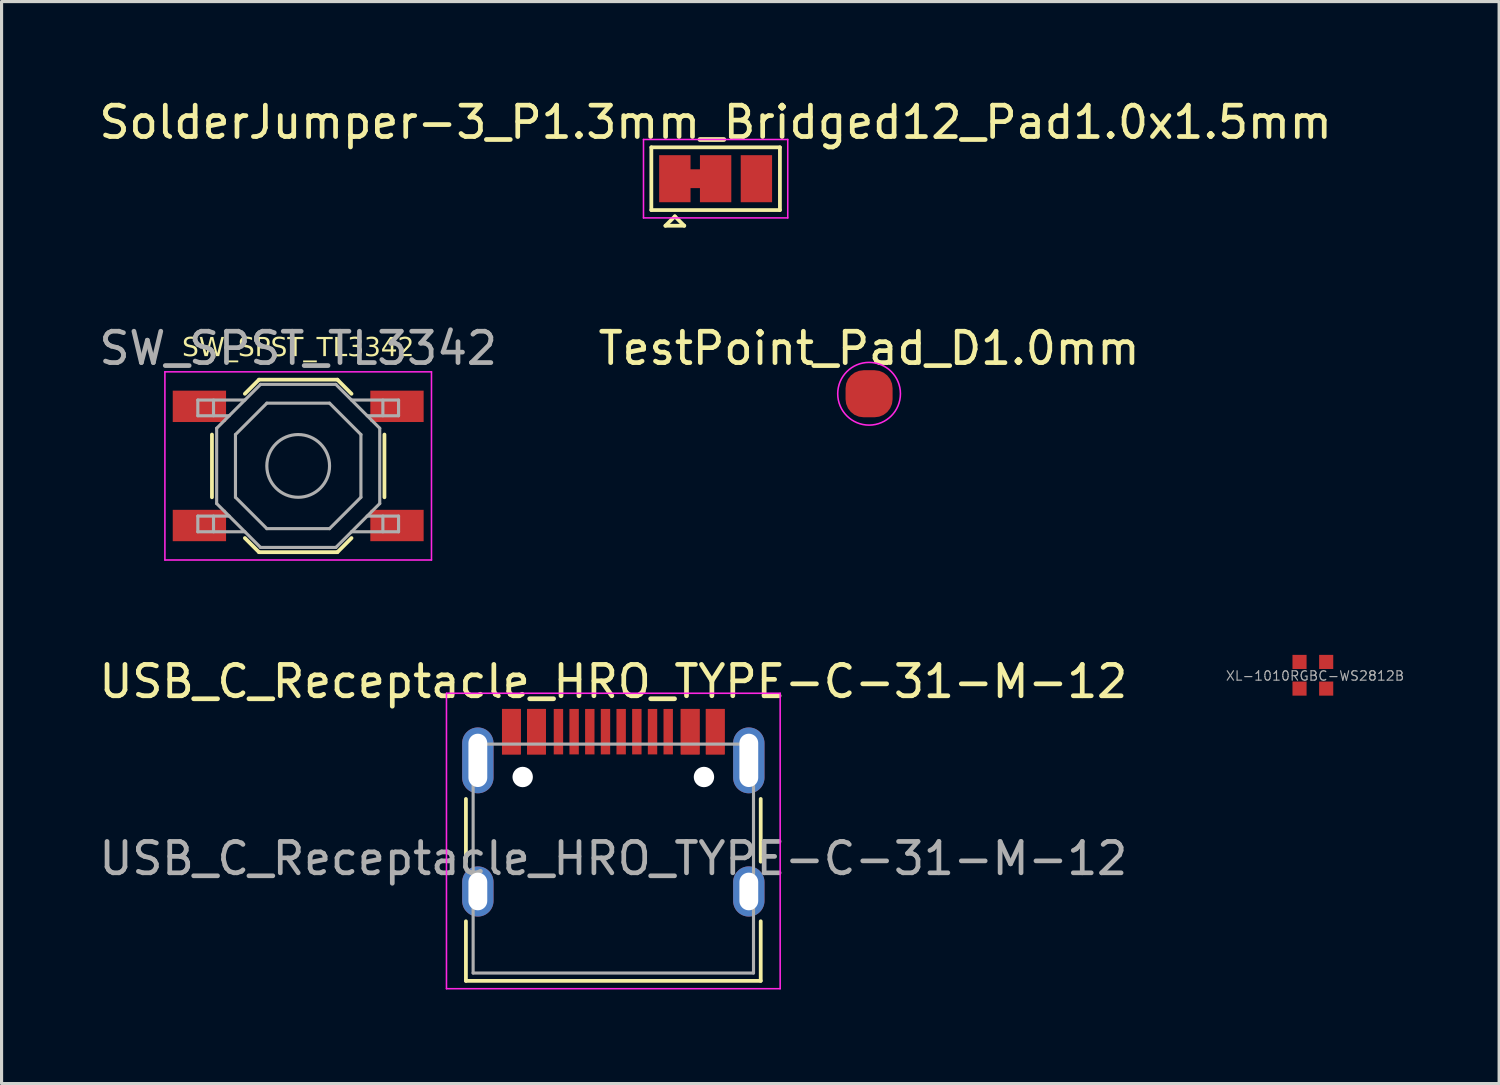
<source format=kicad_pcb>
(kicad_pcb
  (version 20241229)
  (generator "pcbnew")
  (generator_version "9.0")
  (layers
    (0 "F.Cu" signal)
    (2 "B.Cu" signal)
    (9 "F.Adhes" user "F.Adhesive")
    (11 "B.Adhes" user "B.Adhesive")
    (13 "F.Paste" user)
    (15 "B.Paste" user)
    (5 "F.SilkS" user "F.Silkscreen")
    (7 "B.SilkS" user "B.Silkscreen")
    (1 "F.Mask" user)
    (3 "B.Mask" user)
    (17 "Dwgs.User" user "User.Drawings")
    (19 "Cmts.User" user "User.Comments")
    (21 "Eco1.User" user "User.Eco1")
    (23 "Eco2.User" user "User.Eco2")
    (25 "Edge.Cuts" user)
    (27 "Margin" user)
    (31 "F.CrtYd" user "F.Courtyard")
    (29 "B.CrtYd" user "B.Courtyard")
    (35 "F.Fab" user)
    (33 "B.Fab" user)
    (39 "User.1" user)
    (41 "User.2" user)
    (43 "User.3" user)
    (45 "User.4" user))
  (footprint "XL-1010RGBC-WS2812B"
    (layer "F.Cu")
    (at 38.811 18.481)
    (property "Reference" "XL-1010RGBC-WS2812B" (at 0.07 0.02 0) (unlocked yes) (layer "F.Fab") (effects (font (size 0.3 0.3) (thickness 0.037))))
    (attr smd)
    (pad "1" smd rect (at -0.425 -0.425) (size 0.45 0.45) (layers "F.Cu" "F.Mask" "F.Paste"))
    (pad "2" smd rect (at 0.425 -0.425) (size 0.45 0.45) (layers "F.Cu" "F.Mask" "F.Paste"))
    (pad "3" smd rect (at -0.425 0.425) (size 0.45 0.45) (layers "F.Cu" "F.Mask" "F.Paste"))
    (pad "4" smd rect (at 0.425 0.425) (size 0.45 0.45) (layers "F.Cu" "F.Mask" "F.Paste")))
  (footprint "USB_C_Receptacle_HRO_TYPE-C-31-M-12"
    (layer "F.Cu")
    (at 16.506 24.325)
    (property "Reference" "USB_C_Receptacle_HRO_TYPE-C-31-M-12" (at 0 -5.645 180) (layer "F.SilkS") (effects (font (size 1 1) (thickness 0.15))))
    (attr smd)
    (fp_line (start -4.7 -1.9) (end -4.7 0.1) (stroke (width 0.12) (type solid)) (layer "F.SilkS"))
    (fp_line (start -4.7 2) (end -4.7 3.9) (stroke (width 0.12) (type solid)) (layer "F.SilkS"))
    (fp_line (start -4.7 3.9) (end 4.7 3.9) (stroke (width 0.12) (type solid)) (layer "F.SilkS"))
    (fp_line (start 4.7 2) (end 4.7 3.9) (stroke (width 0.12) (type solid)) (layer "F.SilkS"))
    (fp_line (start 4.7 -1.9) (end 4.7 0.1) (stroke (width 0.12) (type solid)) (layer "F.SilkS"))
    (fp_line (start -5.32 -5.27) (end -5.32 4.15) (stroke (width 0.05) (type solid)) (layer "F.CrtYd"))
    (fp_line (start -5.32 -5.27) (end 5.32 -5.27) (stroke (width 0.05) (type solid)) (layer "F.CrtYd"))
    (fp_line (start -5.32 4.15) (end 5.32 4.15) (stroke (width 0.05) (type solid)) (layer "F.CrtYd"))
    (fp_line (start 5.32 -5.27) (end 5.32 4.15) (stroke (width 0.05) (type solid)) (layer "F.CrtYd"))
    (fp_line (start -4.47 -3.65) (end -4.47 3.65) (stroke (width 0.1) (type solid)) (layer "F.Fab"))
    (fp_line (start -4.47 -3.65) (end 4.47 -3.65) (stroke (width 0.1) (type solid)) (layer "F.Fab"))
    (fp_line (start -4.47 3.65) (end 4.47 3.65) (stroke (width 0.1) (type solid)) (layer "F.Fab"))
    (fp_line (start 4.47 -3.65) (end 4.47 3.65) (stroke (width 0.1) (type solid)) (layer "F.Fab"))
    (fp_text user "${REFERENCE}" (at 0 0 180) (layer "F.Fab") (effects (font (size 1 1) (thickness 0.15))))
    (pad "" np_thru_hole circle (at -2.89 -2.6) (size 0.65 0.65) (drill 0.65) (layers "*.Cu" "*.Mask"))
    (pad "" np_thru_hole circle (at 2.89 -2.6) (size 0.65 0.65) (drill 0.65) (layers "*.Cu" "*.Mask"))
    (pad "A1" smd rect (at -3.25 -4.045) (size 0.6 1.45) (layers "F.Cu" "F.Mask" "F.Paste"))
    (pad "A4" smd rect (at -2.45 -4.045) (size 0.6 1.45) (layers "F.Cu" "F.Mask" "F.Paste"))
    (pad "A5" smd rect (at -1.25 -4.045) (size 0.3 1.45) (layers "F.Cu" "F.Mask" "F.Paste"))
    (pad "A6" smd rect (at -0.25 -4.045) (size 0.3 1.45) (layers "F.Cu" "F.Mask" "F.Paste"))
    (pad "A7" smd rect (at 0.25 -4.045) (size 0.3 1.45) (layers "F.Cu" "F.Mask" "F.Paste"))
    (pad "A8" smd rect (at 1.25 -4.045) (size 0.3 1.45) (layers "F.Cu" "F.Mask" "F.Paste"))
    (pad "A9" smd rect (at 2.45 -4.045) (size 0.6 1.45) (layers "F.Cu" "F.Mask" "F.Paste"))
    (pad "A12" smd rect (at 3.25 -4.045) (size 0.6 1.45) (layers "F.Cu" "F.Mask" "F.Paste"))
    (pad "B1" smd rect (at 3.25 -4.045) (size 0.6 1.45) (layers "F.Cu" "F.Mask" "F.Paste"))
    (pad "B4" smd rect (at 2.45 -4.045) (size 0.6 1.45) (layers "F.Cu" "F.Mask" "F.Paste"))
    (pad "B5" smd rect (at 1.75 -4.045) (size 0.3 1.45) (layers "F.Cu" "F.Mask" "F.Paste"))
    (pad "B6" smd rect (at 0.75 -4.045) (size 0.3 1.45) (layers "F.Cu" "F.Mask" "F.Paste"))
    (pad "B7" smd rect (at -0.75 -4.045) (size 0.3 1.45) (layers "F.Cu" "F.Mask" "F.Paste"))
    (pad "B8" smd rect (at -1.75 -4.045) (size 0.3 1.45) (layers "F.Cu" "F.Mask" "F.Paste"))
    (pad "B9" smd rect (at -2.45 -4.045) (size 0.6 1.45) (layers "F.Cu" "F.Mask" "F.Paste"))
    (pad "B12" smd rect (at -3.25 -4.045) (size 0.6 1.45) (layers "F.Cu" "F.Mask" "F.Paste"))
    (pad "S1" thru_hole oval (at -4.32 -3.13) (size 1 2.1) (drill oval 0.6 1.7) (layers "*.Cu" "*.Mask"))
    (pad "S1" thru_hole oval (at -4.32 1.05) (size 1 1.6) (drill oval 0.6 1.2) (layers "*.Cu" "*.Mask"))
    (pad "S1" thru_hole oval (at 4.32 -3.13) (size 1 2.1) (drill oval 0.6 1.7) (layers "*.Cu" "*.Mask"))
    (pad "S1" thru_hole oval (at 4.32 1.05) (size 1 1.6) (drill oval 0.6 1.2) (layers "*.Cu" "*.Mask")))
  (footprint "SolderJumper-3_P1.3mm_Bridged12_Pad1.0x1.5mm"
    (layer "F.Cu")
    (at 19.768 2.648)
    (property "Reference" "SolderJumper-3_P1.3mm_Bridged12_Pad1.0x1.5mm" (at 0 -1.8 180) (layer "F.SilkS") (effects (font (size 1 1) (thickness 0.15))))
    (attr exclude_from_pos_files exclude_from_bom)
    (fp_poly (pts (xy -0.9 -0.3) (xy -0.4 -0.3) (xy -0.4 0.3) (xy -0.9 0.3)) (stroke (width 0) (type solid)) (fill yes) (layer "F.Cu"))
    (fp_line (start -2.05 -1) (end 2.05 -1) (stroke (width 0.12) (type solid)) (layer "F.SilkS"))
    (fp_line (start -2.05 1) (end -2.05 -1) (stroke (width 0.12) (type solid)) (layer "F.SilkS"))
    (fp_line (start -1.6 1.5) (end -1 1.5) (stroke (width 0.12) (type solid)) (layer "F.SilkS"))
    (fp_line (start -1.3 1.2) (end -1.6 1.5) (stroke (width 0.12) (type solid)) (layer "F.SilkS"))
    (fp_line (start -1.3 1.2) (end -1 1.5) (stroke (width 0.12) (type solid)) (layer "F.SilkS"))
    (fp_line (start 2.05 -1) (end 2.05 1) (stroke (width 0.12) (type solid)) (layer "F.SilkS"))
    (fp_line (start 2.05 1) (end -2.05 1) (stroke (width 0.12) (type solid)) (layer "F.SilkS"))
    (fp_line (start -2.3 -1.25) (end -2.3 1.25) (stroke (width 0.05) (type solid)) (layer "F.CrtYd"))
    (fp_line (start -2.3 -1.25) (end 2.3 -1.25) (stroke (width 0.05) (type solid)) (layer "F.CrtYd"))
    (fp_line (start 2.3 1.25) (end -2.3 1.25) (stroke (width 0.05) (type solid)) (layer "F.CrtYd"))
    (fp_line (start 2.3 1.25) (end 2.3 -1.25) (stroke (width 0.05) (type solid)) (layer "F.CrtYd"))
    (pad "1" smd rect (at -1.3 0 180) (size 1 1.5) (layers "F.Cu" "F.Mask"))
    (pad "2" smd rect (at 0 0 180) (size 1 1.5) (layers "F.Cu" "F.Mask"))
    (pad "3" smd rect (at 1.3 0 180) (size 1 1.5) (layers "F.Cu" "F.Mask")))
  (footprint "TestPoint_Pad_D1.0mm"
    (layer "F.Cu")
    (at 24.661 9.505)
    (property "Reference" "TestPoint_Pad_D1.0mm" (at 0 -1.448 180) (layer "F.SilkS") (effects (font (size 1 1) (thickness 0.15))))
    (fp_circle (center 0 0) (end 1 0) (stroke (width 0.05) (type solid)) (fill no) (layer "F.CrtYd"))
    (pad "1" smd roundrect (at 0 0) (size 1.5 1.5) (layers "F.Cu" "F.Mask") (roundrect_rratio 0.383)))
  (footprint "SW_SPST_TL3342"
    (layer "F.Cu")
    (at 6.458 11.806)
    (property "Reference" "SW_SPST_TL3342" (at 0.000001 -3.75 180) (layer "F.SilkS") (effects (font (face "Eurostile Next LT Com Light Ext") (size 0.6 0.6) (thickness 0.15))))
    (attr smd)
    (fp_line (start -2.75 -1) (end -2.75 1) (stroke (width 0.12) (type solid)) (layer "F.SilkS"))
    (fp_line (start -1.7 -2.3) (end -1.25 -2.75) (stroke (width 0.12) (type solid)) (layer "F.SilkS"))
    (fp_line (start -1.7 2.3) (end -1.25 2.75) (stroke (width 0.12) (type solid)) (layer "F.SilkS"))
    (fp_line (start -1.25 -2.75) (end 1.25 -2.75) (stroke (width 0.12) (type solid)) (layer "F.SilkS"))
    (fp_line (start -1.25 2.75) (end 1.25 2.75) (stroke (width 0.12) (type solid)) (layer "F.SilkS"))
    (fp_line (start 1.7 -2.3) (end 1.25 -2.75) (stroke (width 0.12) (type solid)) (layer "F.SilkS"))
    (fp_line (start 1.7 2.3) (end 1.25 2.75) (stroke (width 0.12) (type solid)) (layer "F.SilkS"))
    (fp_line (start 2.75 -1) (end 2.75 1) (stroke (width 0.12) (type solid)) (layer "F.SilkS"))
    (fp_line (start -4.25 -3) (end 4.25 -3) (stroke (width 0.05) (type solid)) (layer "F.CrtYd"))
    (fp_line (start -4.25 3) (end -4.25 -3) (stroke (width 0.05) (type solid)) (layer "F.CrtYd"))
    (fp_line (start 4.25 -3) (end 4.25 3) (stroke (width 0.05) (type solid)) (layer "F.CrtYd"))
    (fp_line (start 4.25 3) (end -4.25 3) (stroke (width 0.05) (type solid)) (layer "F.CrtYd"))
    (fp_line (start -3.2 -2.1) (end -3.2 -1.6) (stroke (width 0.1) (type solid)) (layer "F.Fab"))
    (fp_line (start -3.2 -1.6) (end -2.2 -1.6) (stroke (width 0.1) (type solid)) (layer "F.Fab"))
    (fp_line (start -3.2 1.6) (end -2.2 1.6) (stroke (width 0.1) (type solid)) (layer "F.Fab"))
    (fp_line (start -3.2 2.1) (end -3.2 1.6) (stroke (width 0.1) (type solid)) (layer "F.Fab"))
    (fp_line (start -2.7 -2.1) (end -2.7 -1.6) (stroke (width 0.1) (type solid)) (layer "F.Fab"))
    (fp_line (start -2.7 2.1) (end -2.7 1.6) (stroke (width 0.1) (type solid)) (layer "F.Fab"))
    (fp_line (start -2.6 -1.2) (end -2.6 1.2) (stroke (width 0.1) (type solid)) (layer "F.Fab"))
    (fp_line (start -2.6 1.2) (end -1.2 2.6) (stroke (width 0.1) (type solid)) (layer "F.Fab"))
    (fp_line (start -2 -1) (end -1 -2) (stroke (width 0.1) (type solid)) (layer "F.Fab"))
    (fp_line (start -2 1) (end -2 -1) (stroke (width 0.1) (type solid)) (layer "F.Fab"))
    (fp_line (start -1.7 -2.1) (end -3.2 -2.1) (stroke (width 0.1) (type solid)) (layer "F.Fab"))
    (fp_line (start -1.7 2.1) (end -3.2 2.1) (stroke (width 0.1) (type solid)) (layer "F.Fab"))
    (fp_line (start -1.2 -2.6) (end -2.6 -1.2) (stroke (width 0.1) (type solid)) (layer "F.Fab"))
    (fp_line (start -1.2 2.6) (end 1.2 2.6) (stroke (width 0.1) (type solid)) (layer "F.Fab"))
    (fp_line (start -1 -2) (end 1 -2) (stroke (width 0.1) (type solid)) (layer "F.Fab"))
    (fp_line (start -1 2) (end -2 1) (stroke (width 0.1) (type solid)) (layer "F.Fab"))
    (fp_line (start 1 -2) (end 2 -1) (stroke (width 0.1) (type solid)) (layer "F.Fab"))
    (fp_line (start 1 2) (end -1 2) (stroke (width 0.1) (type solid)) (layer "F.Fab"))
    (fp_line (start 1.2 -2.6) (end -1.2 -2.6) (stroke (width 0.1) (type solid)) (layer "F.Fab"))
    (fp_line (start 1.2 2.6) (end 2.6 1.2) (stroke (width 0.1) (type solid)) (layer "F.Fab"))
    (fp_line (start 1.7 -2.1) (end 3.2 -2.1) (stroke (width 0.1) (type solid)) (layer "F.Fab"))
    (fp_line (start 1.7 2.1) (end 3.2 2.1) (stroke (width 0.1) (type solid)) (layer "F.Fab"))
    (fp_line (start 2 -1) (end 2 1) (stroke (width 0.1) (type solid)) (layer "F.Fab"))
    (fp_line (start 2 1) (end 1 2) (stroke (width 0.1) (type solid)) (layer "F.Fab"))
    (fp_line (start 2.6 -1.2) (end 1.2 -2.6) (stroke (width 0.1) (type solid)) (layer "F.Fab"))
    (fp_line (start 2.6 1.2) (end 2.6 -1.2) (stroke (width 0.1) (type solid)) (layer "F.Fab"))
    (fp_line (start 2.7 -2.1) (end 2.7 -1.6) (stroke (width 0.1) (type solid)) (layer "F.Fab"))
    (fp_line (start 2.7 2.1) (end 2.7 1.6) (stroke (width 0.1) (type solid)) (layer "F.Fab"))
    (fp_line (start 3.2 -2.1) (end 3.2 -1.6) (stroke (width 0.1) (type solid)) (layer "F.Fab"))
    (fp_line (start 3.2 -1.6) (end 2.2 -1.6) (stroke (width 0.1) (type solid)) (layer "F.Fab"))
    (fp_line (start 3.2 1.6) (end 2.2 1.6) (stroke (width 0.1) (type solid)) (layer "F.Fab"))
    (fp_line (start 3.2 2.1) (end 3.2 1.6) (stroke (width 0.1) (type solid)) (layer "F.Fab"))
    (fp_circle (center 0 0) (end 1 0) (stroke (width 0.1) (type solid)) (fill no) (layer "F.Fab"))
    (fp_text user "${REFERENCE}" (at 0.000001 -3.75 180) (layer "F.Fab") (effects (font (size 1 1) (thickness 0.15))))
    (pad "1" smd rect (at -3.15 -1.9 180) (size 1.7 1) (layers "F.Cu" "F.Mask" "F.Paste"))
    (pad "1" smd rect (at 3.15 -1.9 180) (size 1.7 1) (layers "F.Cu" "F.Mask" "F.Paste"))
    (pad "2" smd rect (at -3.15 1.9 180) (size 1.7 1) (layers "F.Cu" "F.Mask" "F.Paste"))
    (pad "2" smd rect (at 3.15 1.9 180) (size 1.7 1) (layers "F.Cu" "F.Mask" "F.Paste")))
  (gr_rect
    (start -3 -3)
    (end 44.75 31.5)
    (stroke (width 0.1) (type default))
    (fill no)
    (layer "Edge.Cuts")))
</source>
